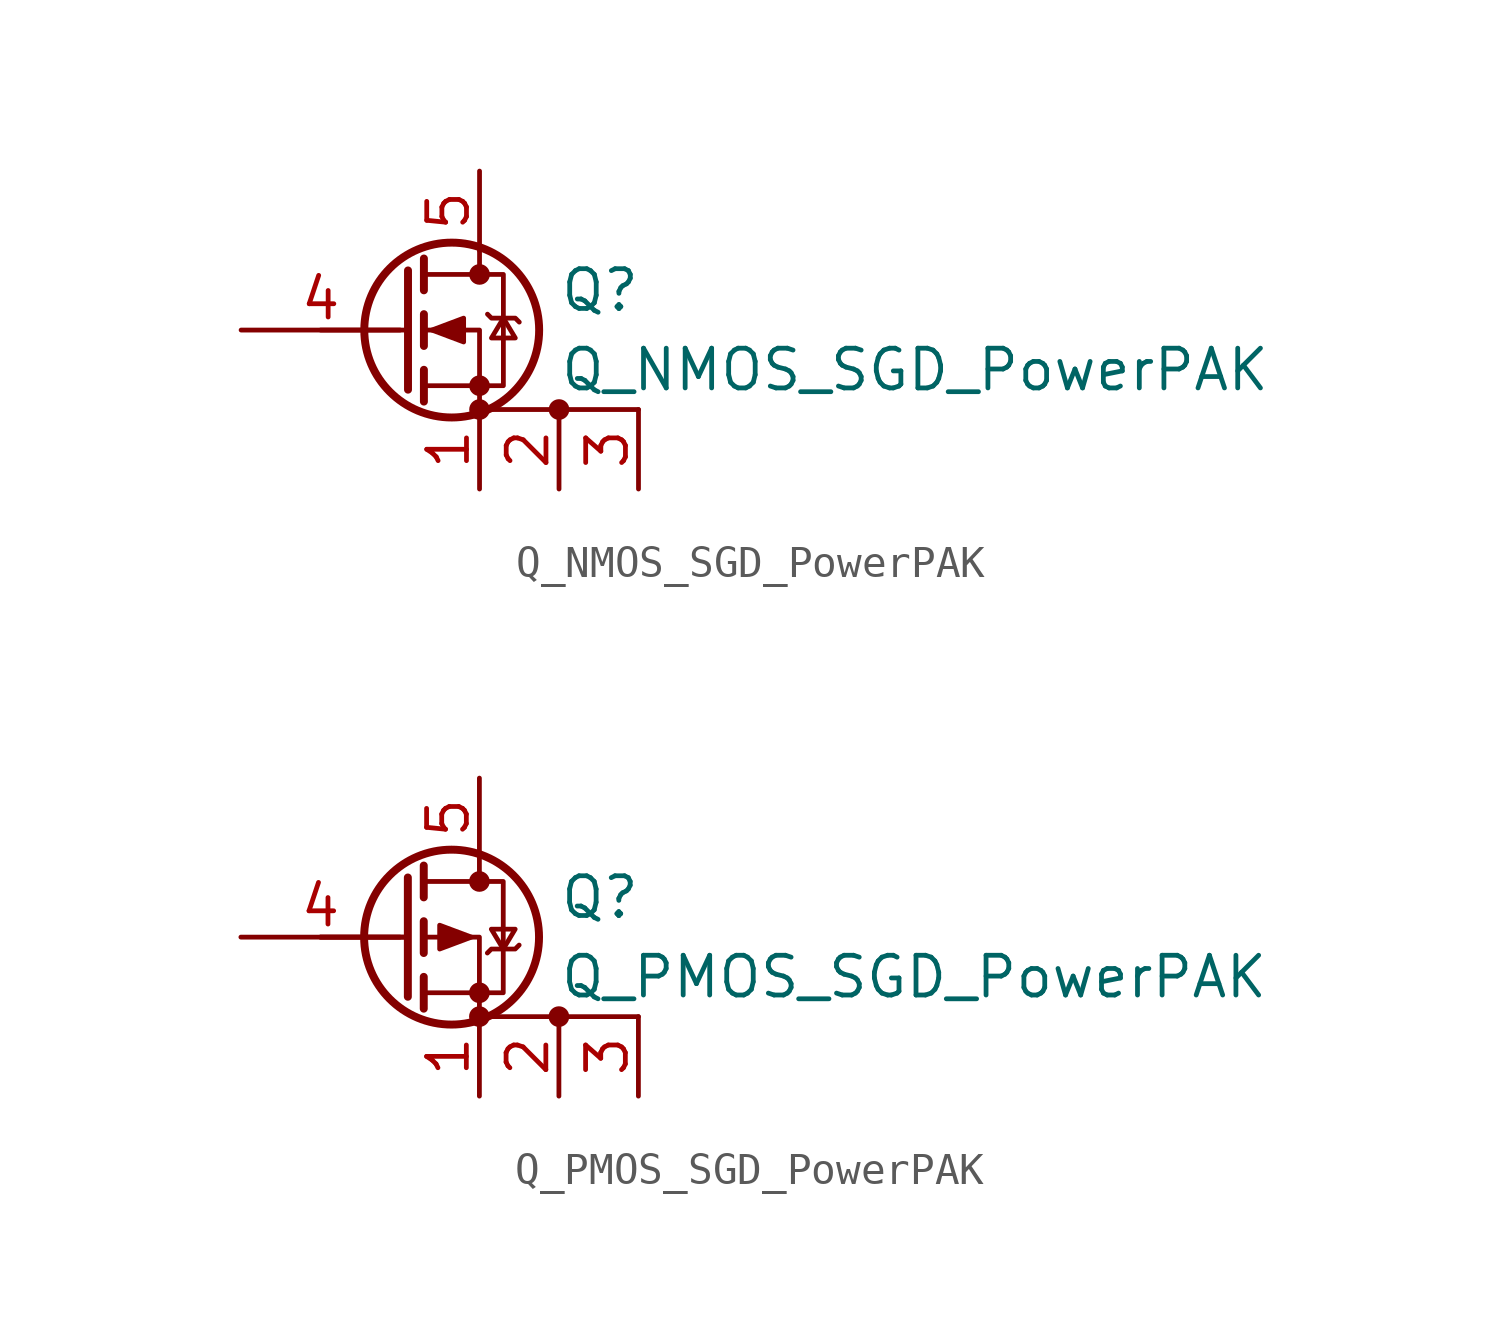
<source format=kicad_sym>
(kicad_symbol_lib
  (version 20211014)
  (generator kicad_symbol_editor)
  (symbol "Q_NMOS_SGD_PowerPAK"
    (pin_names
      (offset 0) hide)
    (property "Reference" "Q"
      (at 5.08 1.27 0)
      (effects (font (size 1.27 1.27)) (justify left)))
    (property "Value" "Q_NMOS_SGD_PowerPAK"
      (at 5.08 -1.27 0)
      (effects (font (size 1.27 1.27)) (justify left)))
    (symbol "Q_NMOS_SGD_PowerPAK_0_1"
      (polyline (pts (xy 0.254 0) (xy -2.54 0)) (stroke (width 0) (type default) (color 0 0 0 0)) (fill (type none)))
      (polyline (pts (xy 0.254 1.905) (xy 0.254 -1.905)) (stroke (width 0.254) (type default) (color 0 0 0 0)) (fill (type none)))
      (polyline (pts (xy 0.762 -1.27) (xy 0.762 -2.286)) (stroke (width 0.254) (type default) (color 0 0 0 0)) (fill (type none)))
      (polyline (pts (xy 0.762 0.508) (xy 0.762 -0.508)) (stroke (width 0.254) (type default) (color 0 0 0 0)) (fill (type none)))
      (polyline (pts (xy 0.762 2.286) (xy 0.762 1.27)) (stroke (width 0.254) (type default) (color 0 0 0 0)) (fill (type none)))
      (polyline (pts (xy 2.54 2.54) (xy 2.54 1.778)) (stroke (width 0) (type default) (color 0 0 0 0)) (fill (type none)))
      (polyline (pts (xy 7.62 -2.54) (xy 5.08 -2.54)) (stroke (width 0.152) (type default) (color 0 0 0 0)) (fill (type none)))
      (polyline (pts (xy 2.54 -2.54) (xy 2.54 0) (xy 0.762 0)) (stroke (width 0) (type default) (color 0 0 0 0)) (fill (type none)))
      (polyline (pts (xy 5.08 -2.54) (xy 2.54 -2.54) (xy 3.81 -2.54)) (stroke (width 0.152) (type default) (color 0 0 0 0)) (fill (type none)))
      (polyline (pts (xy 0.762 -1.778) (xy 3.302 -1.778) (xy 3.302 1.778) (xy 0.762 1.778)) (stroke (width 0) (type default) (color 0 0 0 0)) (fill (type none)))
      (polyline (pts (xy 1.016 0) (xy 2.032 0.381) (xy 2.032 -0.381) (xy 1.016 0)) (stroke (width 0) (type default) (color 0 0 0 0)) (fill (type outline)))
      (polyline (pts (xy 2.794 0.508) (xy 2.921 0.381) (xy 3.683 0.381) (xy 3.81 0.254)) (stroke (width 0) (type default) (color 0 0 0 0)) (fill (type none)))
      (polyline (pts (xy 3.302 0.381) (xy 2.921 -0.254) (xy 3.683 -0.254) (xy 3.302 0.381)) (stroke (width 0) (type default) (color 0 0 0 0)) (fill (type none)))
      (circle (center 1.651 0) (radius 2.794) (stroke (width 0.254) (type default) (color 0 0 0 0)) (fill (type none)))
      (circle (center 2.54 -2.54) (radius 0.254) (stroke (width 0) (type default) (color 0 0 0 0)) (fill (type outline)))
      (circle (center 2.54 -1.778) (radius 0.254) (stroke (width 0) (type default) (color 0 0 0 0)) (fill (type outline)))
      (circle (center 2.54 1.778) (radius 0.254) (stroke (width 0) (type default) (color 0 0 0 0)) (fill (type outline)))
      (circle (center 5.08 -2.54) (radius 0.254) (stroke (width 0) (type default) (color 0 0 0 0)) (fill (type outline))))
    (symbol "Q_NMOS_SGD_PowerPAK_1_1"
      (pin passive line (at 2.54 -5.08 90) (length 2.54) (name "S" (effects (font (size 1.27 1.27)))) (number "1" (effects (font (size 1.27 1.27)))))
      (pin passive line (at 5.08 -5.08 90) (length 2.54) (name "S" (effects (font (size 1.27 1.27)))) (number "2" (effects (font (size 1.27 1.27)))))
      (pin passive line (at 7.62 -5.08 90) (length 2.54) (name "S" (effects (font (size 1.27 1.27)))) (number "3" (effects (font (size 1.27 1.27)))))
      (pin input line (at -5.08 0 0) (length 5.08) (name "G" (effects (font (size 1.27 1.27)))) (number "4" (effects (font (size 1.27 1.27)))))
      (pin passive line (at 2.54 5.08 270) (length 2.54) (name "D" (effects (font (size 1.27 1.27)))) (number "5" (effects (font (size 1.27 1.27)))))))
  (symbol "Q_PMOS_SGD_PowerPAK"
    (pin_names
      (offset 0) hide)
    (property "Reference" "Q"
      (at 5.08 1.27 0)
      (effects (font (size 1.27 1.27)) (justify left)))
    (property "Value" "Q_PMOS_SGD_PowerPAK"
      (at 5.08 -1.27 0)
      (effects (font (size 1.27 1.27)) (justify left)))
    (symbol "Q_PMOS_SGD_PowerPAK_0_1"
      (polyline (pts (xy 0.254 0) (xy -2.54 0)) (stroke (width 0) (type default) (color 0 0 0 0)) (fill (type none)))
      (polyline (pts (xy 0.254 0) (xy -2.54 0)) (stroke (width 0) (type default) (color 0 0 0 0)) (fill (type none)))
      (polyline (pts (xy 0.254 1.905) (xy 0.254 -1.905)) (stroke (width 0.254) (type default) (color 0 0 0 0)) (fill (type none)))
      (polyline (pts (xy 0.762 -1.27) (xy 0.762 -2.286)) (stroke (width 0.254) (type default) (color 0 0 0 0)) (fill (type none)))
      (polyline (pts (xy 0.762 0.508) (xy 0.762 -0.508)) (stroke (width 0.254) (type default) (color 0 0 0 0)) (fill (type none)))
      (polyline (pts (xy 0.762 2.286) (xy 0.762 1.27)) (stroke (width 0.254) (type default) (color 0 0 0 0)) (fill (type none)))
      (polyline (pts (xy 2.54 2.54) (xy 2.54 1.778)) (stroke (width 0) (type default) (color 0 0 0 0)) (fill (type none)))
      (polyline (pts (xy 7.62 -2.54) (xy 5.08 -2.54)) (stroke (width 0.152) (type default) (color 0 0 0 0)) (fill (type none)))
      (polyline (pts (xy 2.54 -2.54) (xy 2.54 0) (xy 0.762 0)) (stroke (width 0) (type default) (color 0 0 0 0)) (fill (type none)))
      (polyline (pts (xy 5.08 -2.54) (xy 2.54 -2.54) (xy 3.81 -2.54)) (stroke (width 0.152) (type default) (color 0 0 0 0)) (fill (type none)))
      (polyline (pts (xy 0.762 1.778) (xy 3.302 1.778) (xy 3.302 -1.778) (xy 0.762 -1.778)) (stroke (width 0) (type default) (color 0 0 0 0)) (fill (type none)))
      (polyline (pts (xy 2.286 0) (xy 1.27 0.381) (xy 1.27 -0.381) (xy 2.286 0)) (stroke (width 0) (type default) (color 0 0 0 0)) (fill (type outline)))
      (polyline (pts (xy 2.794 -0.508) (xy 2.921 -0.381) (xy 3.683 -0.381) (xy 3.81 -0.254)) (stroke (width 0) (type default) (color 0 0 0 0)) (fill (type none)))
      (polyline (pts (xy 3.302 -0.381) (xy 2.921 0.254) (xy 3.683 0.254) (xy 3.302 -0.381)) (stroke (width 0) (type default) (color 0 0 0 0)) (fill (type none)))
      (circle (center 1.651 0) (radius 2.794) (stroke (width 0.254) (type default) (color 0 0 0 0)) (fill (type none)))
      (circle (center 2.54 -2.54) (radius 0.254) (stroke (width 0) (type default) (color 0 0 0 0)) (fill (type outline)))
      (circle (center 2.54 -1.778) (radius 0.254) (stroke (width 0) (type default) (color 0 0 0 0)) (fill (type outline)))
      (circle (center 2.54 1.778) (radius 0.254) (stroke (width 0) (type default) (color 0 0 0 0)) (fill (type outline)))
      (circle (center 5.08 -2.54) (radius 0.254) (stroke (width 0) (type default) (color 0 0 0 0)) (fill (type outline))))
    (symbol "Q_PMOS_SGD_PowerPAK_1_1"
      (pin passive line (at 2.54 -5.08 90) (length 2.54) (name "S" (effects (font (size 1.27 1.27)))) (number "1" (effects (font (size 1.27 1.27)))))
      (pin passive line (at 5.08 -5.08 90) (length 2.54) (name "S" (effects (font (size 1.27 1.27)))) (number "2" (effects (font (size 1.27 1.27)))))
      (pin passive line (at 7.62 -5.08 90) (length 2.54) (name "S" (effects (font (size 1.27 1.27)))) (number "3" (effects (font (size 1.27 1.27)))))
      (pin input line (at -5.08 0 0) (length 5.08) (name "G" (effects (font (size 1.27 1.27)))) (number "4" (effects (font (size 1.27 1.27)))))
      (pin passive line (at 2.54 5.08 270) (length 2.54) (name "D" (effects (font (size 1.27 1.27)))) (number "5" (effects (font (size 1.27 1.27))))))))
</source>
